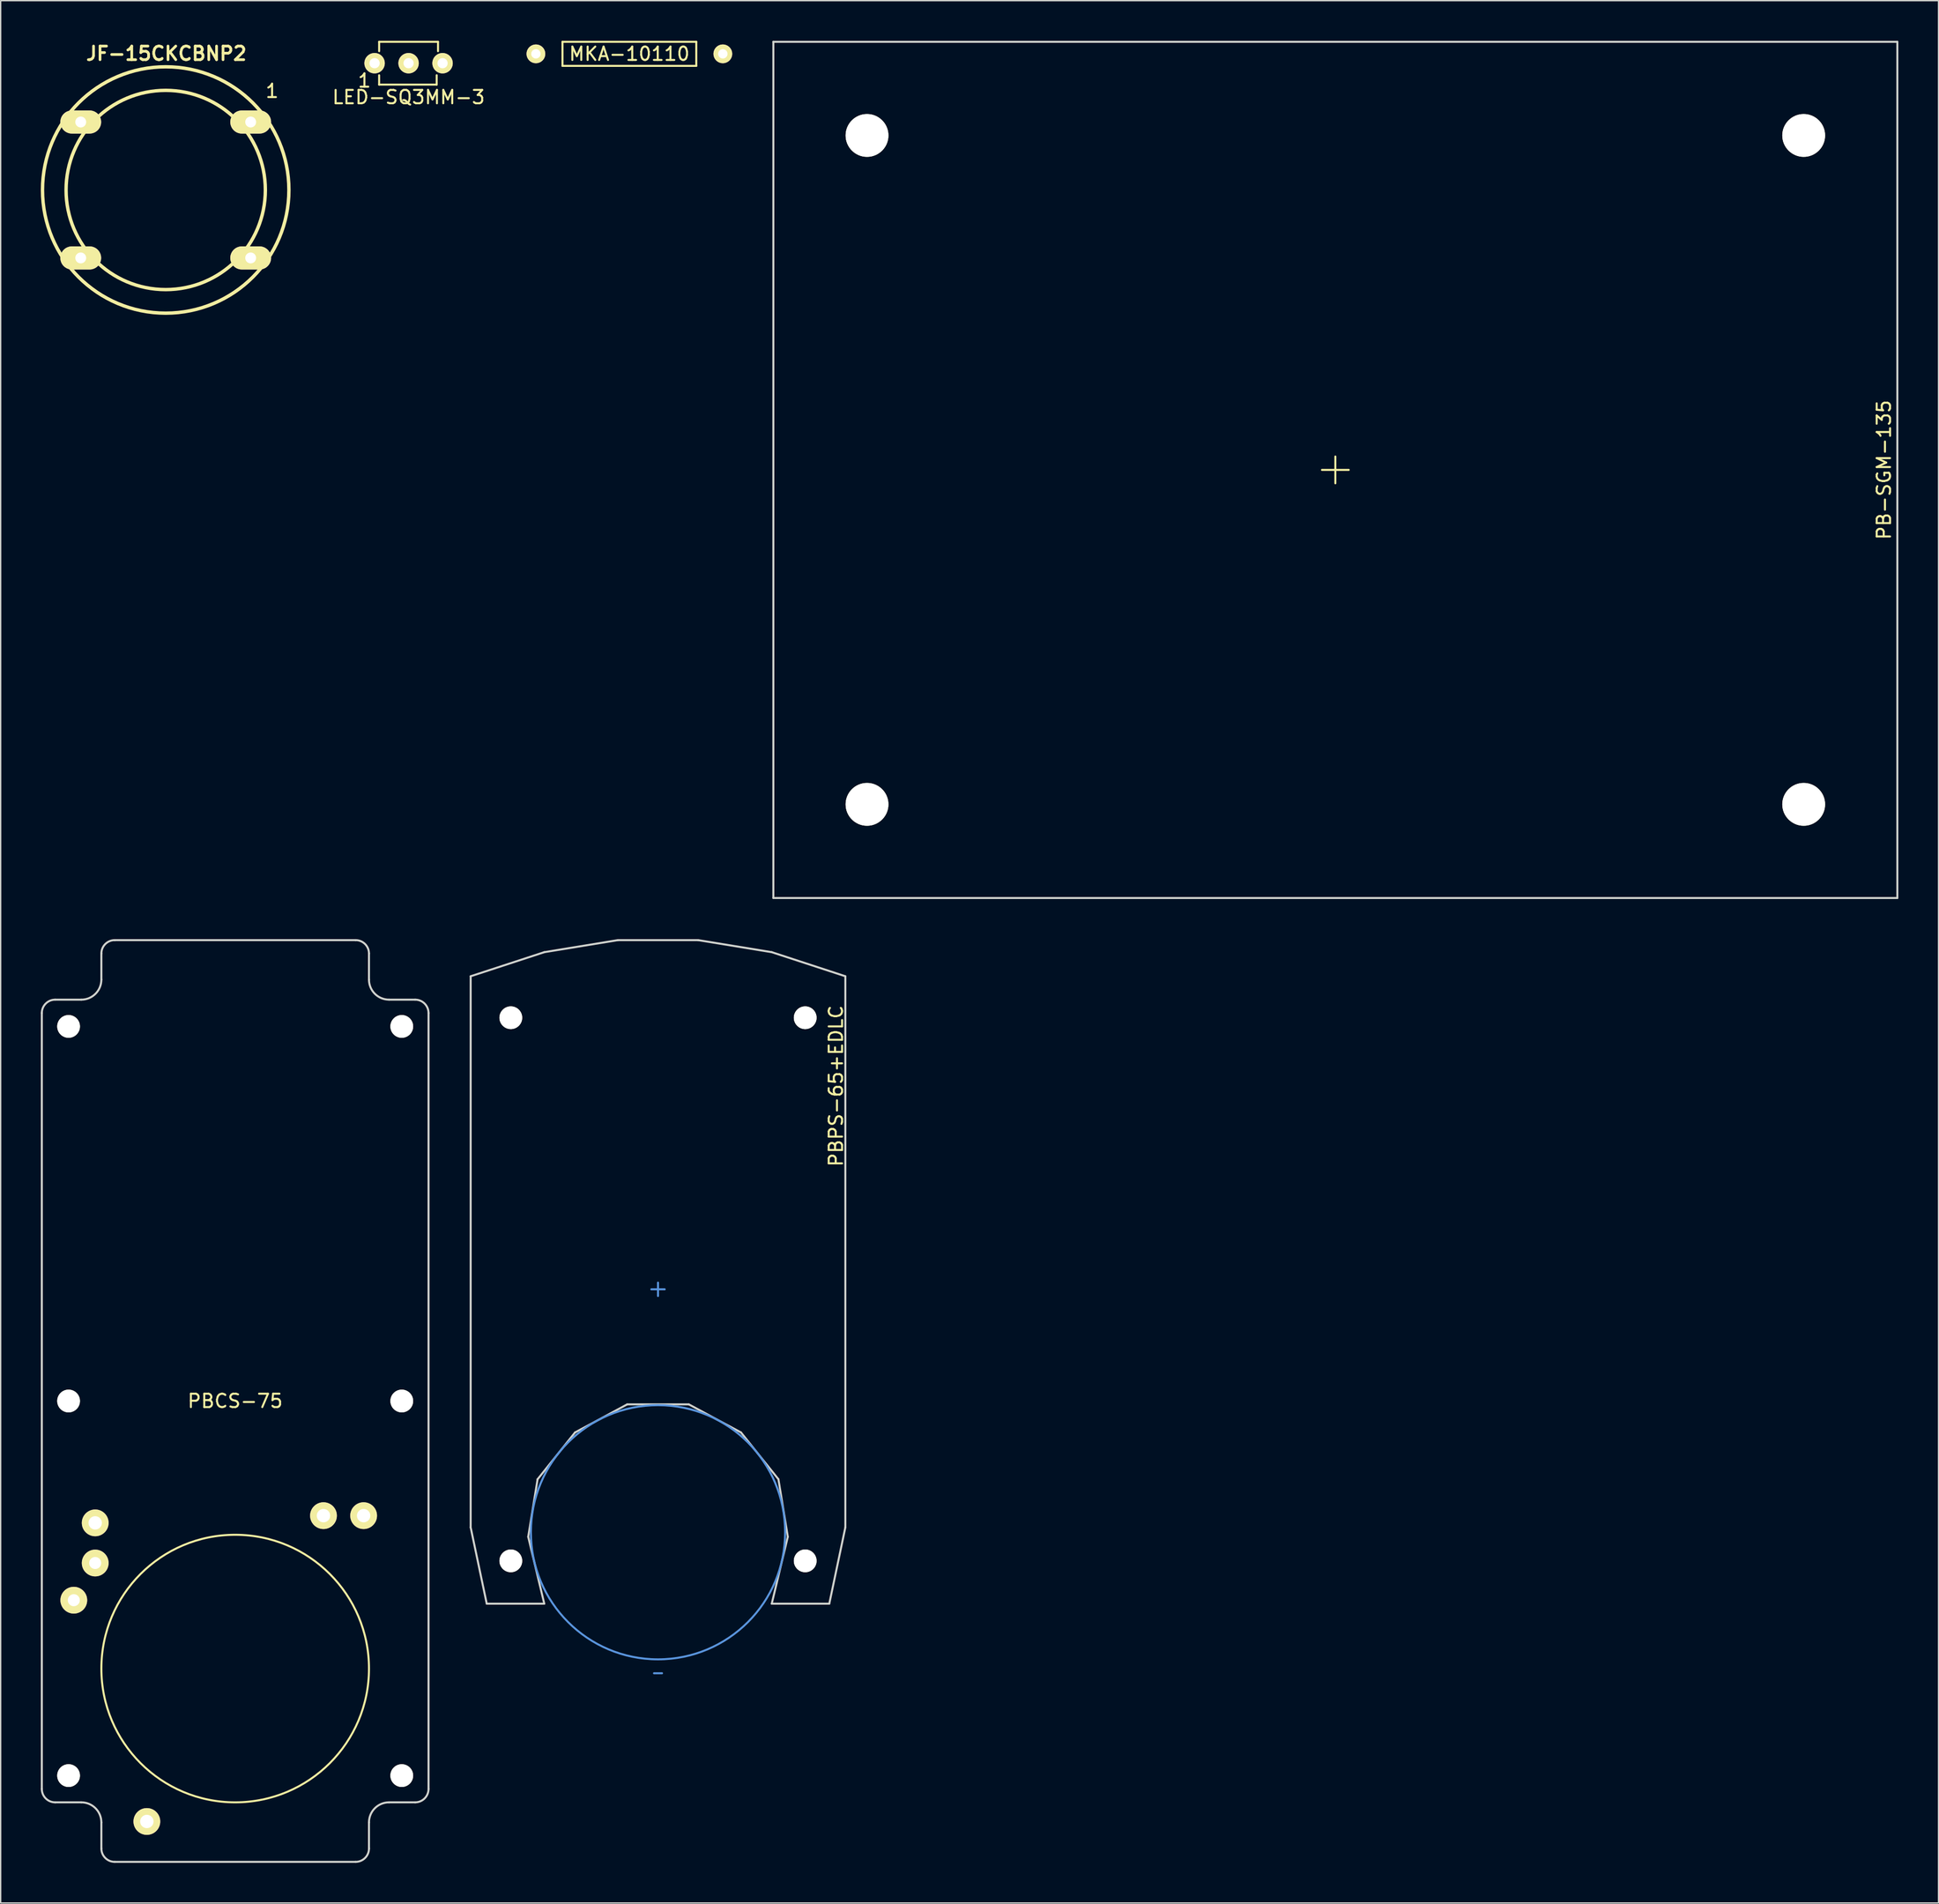
<source format=kicad_pcb>
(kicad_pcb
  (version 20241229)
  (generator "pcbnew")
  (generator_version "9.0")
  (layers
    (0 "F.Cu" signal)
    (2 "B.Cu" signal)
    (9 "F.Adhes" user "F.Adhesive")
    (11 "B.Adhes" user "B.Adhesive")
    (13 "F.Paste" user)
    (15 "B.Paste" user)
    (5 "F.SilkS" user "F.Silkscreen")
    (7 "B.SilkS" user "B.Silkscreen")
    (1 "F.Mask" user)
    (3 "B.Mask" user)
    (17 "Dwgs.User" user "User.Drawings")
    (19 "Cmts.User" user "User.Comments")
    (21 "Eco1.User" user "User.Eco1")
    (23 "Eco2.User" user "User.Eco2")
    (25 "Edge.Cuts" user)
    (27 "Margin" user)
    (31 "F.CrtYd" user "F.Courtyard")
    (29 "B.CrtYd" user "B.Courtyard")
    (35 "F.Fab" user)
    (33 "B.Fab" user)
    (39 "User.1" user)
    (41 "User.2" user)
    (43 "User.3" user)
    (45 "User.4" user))
  (footprint "PBPS-65+EDLC"
    (layer "F.Cu")
    (at 46.125 93.325)
    (property "Reference" "PBPS-65+EDLC" (at 13.3 -15.2 90) (layer "F.SilkS") (effects (font (size 1 1) (thickness 0.15))))
    (attr through_hole)
    (fp_line (start -0.5 0) (end 0.5 0) (stroke (width 0.15) (type solid)) (layer "Cmts.User"))
    (fp_line (start -0.3 28.7) (end 0.3 28.7) (stroke (width 0.15) (type solid)) (layer "Cmts.User"))
    (fp_line (start 0 -0.5) (end 0 0.5) (stroke (width 0.15) (type solid)) (layer "Cmts.User"))
    (fp_circle (center 0 18.161) (end 9.5 18.161) (stroke (width 0.15) (type solid)) (fill no) (layer "Cmts.User"))
    (fp_line (start -14 -23.4) (end -8.5 -25.2) (stroke (width 0.15) (type solid)) (layer "Edge.Cuts"))
    (fp_line (start -14 17.8) (end -14 -23.4) (stroke (width 0.15) (type solid)) (layer "Edge.Cuts"))
    (fp_line (start -12.8 23.5) (end -14 17.8) (stroke (width 0.15) (type solid)) (layer "Edge.Cuts"))
    (fp_line (start -9.7 18.5) (end -8.5 23.5) (stroke (width 0.15) (type solid)) (layer "Edge.Cuts"))
    (fp_line (start -9 14.2) (end -9.7 18.5) (stroke (width 0.15) (type solid)) (layer "Edge.Cuts"))
    (fp_line (start -8.5 -25.2) (end -3 -26.1) (stroke (width 0.15) (type solid)) (layer "Edge.Cuts"))
    (fp_line (start -8.5 23.5) (end -12.8 23.5) (stroke (width 0.15) (type solid)) (layer "Edge.Cuts"))
    (fp_line (start -6.2 10.7) (end -9 14.2) (stroke (width 0.15) (type solid)) (layer "Edge.Cuts"))
    (fp_line (start -3 -26.1) (end 3 -26.1) (stroke (width 0.15) (type solid)) (layer "Edge.Cuts"))
    (fp_line (start -2.3 8.6) (end -6.2 10.7) (stroke (width 0.15) (type solid)) (layer "Edge.Cuts"))
    (fp_line (start -2.3 8.6) (end 2.3 8.6) (stroke (width 0.15) (type solid)) (layer "Edge.Cuts"))
    (fp_line (start 2.3 8.6) (end 6.2 10.7) (stroke (width 0.15) (type solid)) (layer "Edge.Cuts"))
    (fp_line (start 3 -26.1) (end 8.5 -25.2) (stroke (width 0.15) (type solid)) (layer "Edge.Cuts"))
    (fp_line (start 6.2 10.7) (end 9 14.2) (stroke (width 0.15) (type solid)) (layer "Edge.Cuts"))
    (fp_line (start 8.5 -25.2) (end 14 -23.4) (stroke (width 0.15) (type solid)) (layer "Edge.Cuts"))
    (fp_line (start 9 14.2) (end 9.7 18.5) (stroke (width 0.15) (type solid)) (layer "Edge.Cuts"))
    (fp_line (start 9.7 18.5) (end 8.5 23.5) (stroke (width 0.15) (type solid)) (layer "Edge.Cuts"))
    (fp_line (start 12.8 23.5) (end 8.5 23.5) (stroke (width 0.15) (type solid)) (layer "Edge.Cuts"))
    (fp_line (start 14 -23.4) (end 14 17.8) (stroke (width 0.15) (type solid)) (layer "Edge.Cuts"))
    (fp_line (start 14 17.8) (end 12.8 23.5) (stroke (width 0.15) (type solid)) (layer "Edge.Cuts"))
    (pad "" np_thru_hole circle (at -11 -20.3) (size 1.7 1.7) (drill 1.7) (layers "*.Cu" "*.Mask" "F.SilkS"))
    (pad "" np_thru_hole circle (at -11 20.3) (size 1.7 1.7) (drill 1.7) (layers "*.Cu" "*.Mask" "F.SilkS"))
    (pad "" np_thru_hole circle (at 11 -20.3) (size 1.7 1.7) (drill 1.7) (layers "*.Cu" "*.Mask" "F.SilkS"))
    (pad "" np_thru_hole circle (at 11 20.3) (size 1.7 1.7) (drill 1.7) (layers "*.Cu" "*.Mask" "F.SilkS")))
  (footprint "LED-SQ3MM-3"
    (layer "F.Cu")
    (at 27.484 1.675)
    (property "Reference" "LED-SQ3MM-3" (at 0 2.54 0) (layer "F.SilkS") (effects (font (size 1 1) (thickness 0.15))))
    (attr through_hole)
    (fp_line (start -2.2 -1.6) (end 2.2 -1.6) (stroke (width 0.15) (type solid)) (layer "F.SilkS"))
    (fp_line (start -2.2 -0.9) (end -2.2 -1.6) (stroke (width 0.15) (type solid)) (layer "F.SilkS"))
    (fp_line (start -2.2 1.6) (end -2.2 0.9) (stroke (width 0.15) (type solid)) (layer "F.SilkS"))
    (fp_line (start 2.1 0.9) (end 2.1 1.6) (stroke (width 0.15) (type solid)) (layer "F.SilkS"))
    (fp_line (start 2.1 1.6) (end -2.2 1.6) (stroke (width 0.15) (type solid)) (layer "F.SilkS"))
    (fp_line (start 2.2 -1.6) (end 2.2 -0.9) (stroke (width 0.15) (type solid)) (layer "F.SilkS"))
    (fp_text user "1" (at -3.3 1.3 0) (layer "F.SilkS") (effects (font (size 1 1) (thickness 0.15))))
    (pad "1" thru_hole circle (at -2.54 0) (size 1.524 1.524) (drill 0.762) (layers "*.Cu" "*.Mask" "F.SilkS"))
    (pad "2" thru_hole circle (at 0 0) (size 1.524 1.524) (drill 0.762) (layers "*.Cu" "*.Mask" "F.SilkS"))
    (pad "3" thru_hole circle (at 2.54 0) (size 1.524 1.524) (drill 0.762) (layers "*.Cu" "*.Mask" "F.SilkS")))
  (footprint "PBCS-75"
    (layer "F.Cu")
    (at 14.525 101.675)
    (property "Reference" "PBCS-75" (at 0 0 0) (layer "F.SilkS") (effects (font (size 1 1) (thickness 0.15))))
    (attr through_hole)
    (fp_circle (center 0 20) (end 0 10) (stroke (width 0.15) (type solid)) (fill no) (layer "F.SilkS"))
    (fp_line (start -14.45 -29) (end -14.45 29) (stroke (width 0.15) (type solid)) (layer "Edge.Cuts"))
    (fp_line (start -13.45 -30) (end -11.5 -30) (stroke (width 0.15) (type solid)) (layer "Edge.Cuts"))
    (fp_line (start -13.45 30) (end -11.5 30) (stroke (width 0.15) (type solid)) (layer "Edge.Cuts"))
    (fp_line (start -10 -33.45) (end -10 -31.5) (stroke (width 0.15) (type solid)) (layer "Edge.Cuts"))
    (fp_line (start -10 31.5) (end -10 33.45) (stroke (width 0.15) (type solid)) (layer "Edge.Cuts"))
    (fp_line (start -9 -34.45) (end 9 -34.45) (stroke (width 0.15) (type solid)) (layer "Edge.Cuts"))
    (fp_line (start -9 34.45) (end 9 34.45) (stroke (width 0.15) (type solid)) (layer "Edge.Cuts"))
    (fp_line (start 10 -33.45) (end 10 -31.5) (stroke (width 0.15) (type solid)) (layer "Edge.Cuts"))
    (fp_line (start 10 31.5) (end 10 33.45) (stroke (width 0.15) (type solid)) (layer "Edge.Cuts"))
    (fp_line (start 11.5 -30) (end 13.45 -30) (stroke (width 0.15) (type solid)) (layer "Edge.Cuts"))
    (fp_line (start 11.5 30) (end 13.45 30) (stroke (width 0.15) (type solid)) (layer "Edge.Cuts"))
    (fp_line (start 14.45 -29) (end 14.45 29) (stroke (width 0.15) (type solid)) (layer "Edge.Cuts"))
    (fp_arc (start -14.45 -29) (mid -14.157107 -29.707107) (end -13.45 -30) (stroke (width 0.15) (type solid)) (layer "Edge.Cuts"))
    (fp_arc (start -13.45 30) (mid -14.157107 29.707107) (end -14.45 29) (stroke (width 0.15) (type solid)) (layer "Edge.Cuts"))
    (fp_arc (start -11.5 30) (mid -10.43934 30.43934) (end -10 31.5) (stroke (width 0.15) (type solid)) (layer "Edge.Cuts"))
    (fp_arc (start -10 -33.45) (mid -9.707107 -34.157107) (end -9 -34.45) (stroke (width 0.15) (type solid)) (layer "Edge.Cuts"))
    (fp_arc (start -10 -31.5) (mid -10.43934 -30.43934) (end -11.5 -30) (stroke (width 0.15) (type solid)) (layer "Edge.Cuts"))
    (fp_arc (start -9 34.45) (mid -9.707107 34.157107) (end -10 33.45) (stroke (width 0.15) (type solid)) (layer "Edge.Cuts"))
    (fp_arc (start 9 -34.45) (mid 9.707107 -34.157107) (end 10 -33.45) (stroke (width 0.15) (type solid)) (layer "Edge.Cuts"))
    (fp_arc (start 10 31.5) (mid 10.43934 30.43934) (end 11.5 30) (stroke (width 0.15) (type solid)) (layer "Edge.Cuts"))
    (fp_arc (start 10 33.45) (mid 9.707107 34.157107) (end 9 34.45) (stroke (width 0.15) (type solid)) (layer "Edge.Cuts"))
    (fp_arc (start 11.5 -30) (mid 10.43934 -30.43934) (end 10 -31.5) (stroke (width 0.15) (type solid)) (layer "Edge.Cuts"))
    (fp_arc (start 13.45 -30) (mid 14.157107 -29.707107) (end 14.45 -29) (stroke (width 0.15) (type solid)) (layer "Edge.Cuts"))
    (fp_arc (start 14.45 29) (mid 14.157107 29.707107) (end 13.45 30) (stroke (width 0.15) (type solid)) (layer "Edge.Cuts"))
    (pad "" np_thru_hole circle (at -12.45 -28) (size 1.7 1.7) (drill 1.7) (layers "*.Cu" "*.Mask" "F.SilkS"))
    (pad "" np_thru_hole circle (at -12.45 0) (size 1.7 1.7) (drill 1.7) (layers "*.Cu" "*.Mask" "F.SilkS"))
    (pad "" np_thru_hole circle (at -12.45 28) (size 1.7 1.7) (drill 1.7) (layers "*.Cu" "*.Mask" "F.SilkS"))
    (pad "" thru_hole circle (at -6.6 31.43) (size 2 2) (drill 1) (layers "*.Cu" "*.Mask" "F.SilkS"))
    (pad "" np_thru_hole circle (at 12.45 -28) (size 1.7 1.7) (drill 1.7) (layers "*.Cu" "*.Mask" "F.SilkS"))
    (pad "" np_thru_hole circle (at 12.45 0) (size 1.7 1.7) (drill 1.7) (layers "*.Cu" "*.Mask" "F.SilkS"))
    (pad "" np_thru_hole circle (at 12.45 28) (size 1.7 1.7) (drill 1.7) (layers "*.Cu" "*.Mask" "F.SilkS"))
    (pad "1" thru_hole circle (at -12.06 14.89) (size 2 2) (drill 0.9) (layers "*.Cu" "*.Mask" "F.SilkS"))
    (pad "1" thru_hole circle (at -10.46 9.11) (size 2 2) (drill 1) (layers "*.Cu" "*.Mask" "F.SilkS"))
    (pad "1" thru_hole circle (at -10.46 12.11) (size 2 2) (drill 0.9) (layers "*.Cu" "*.Mask" "F.SilkS"))
    (pad "2" thru_hole circle (at 6.6 8.57) (size 2 2) (drill 1) (layers "*.Cu" "*.Mask" "F.SilkS"))
    (pad "2" thru_hole circle (at 9.6 8.57) (size 2 2) (drill 1) (layers "*.Cu" "*.Mask" "F.SilkS")))
  (footprint "PB-SGM-135"
    (layer "F.Cu")
    (at 96.745 32.075)
    (property "Reference" "PB-SGM-135" (at 41 0 90) (layer "F.SilkS") (effects (font (size 1 1) (thickness 0.15))))
    (attr through_hole)
    (fp_line (start -1 0) (end 1 0) (stroke (width 0.15) (type solid)) (layer "F.SilkS"))
    (fp_line (start 0 -1) (end 0 1) (stroke (width 0.15) (type solid)) (layer "F.SilkS"))
    (fp_line (start -42 -32) (end -42 32) (stroke (width 0.15) (type solid)) (layer "Edge.Cuts"))
    (fp_line (start -42 32) (end 42 32) (stroke (width 0.15) (type solid)) (layer "Edge.Cuts"))
    (fp_line (start 42 -32) (end -42 -32) (stroke (width 0.15) (type solid)) (layer "Edge.Cuts"))
    (fp_line (start 42 32) (end 42 -32) (stroke (width 0.15) (type solid)) (layer "Edge.Cuts"))
    (pad "" np_thru_hole circle (at -35 -25) (size 3.2 3.2) (drill 3.2) (layers "*.Cu" "*.Mask" "F.SilkS"))
    (pad "" np_thru_hole circle (at -35 25) (size 3.2 3.2) (drill 3.2) (layers "*.Cu" "*.Mask" "F.SilkS"))
    (pad "" np_thru_hole circle (at 35 -25) (size 3.2 3.2) (drill 3.2) (layers "*.Cu" "*.Mask" "F.SilkS"))
    (pad "" np_thru_hole circle (at 35 25) (size 3.2 3.2) (drill 3.2) (layers "*.Cu" "*.Mask" "F.SilkS")))
  (footprint "MKA-10110"
    (layer "F.Cu")
    (at 43.985 0.975)
    (property "Reference" "MKA-10110" (at 0 0 0) (layer "F.SilkS") (effects (font (size 1 1) (thickness 0.15))))
    (attr through_hole)
    (fp_line (start -5 -0.9) (end 5 -0.9) (stroke (width 0.15) (type solid)) (layer "F.SilkS"))
    (fp_line (start -5 0.9) (end -5 -0.9) (stroke (width 0.15) (type solid)) (layer "F.SilkS"))
    (fp_line (start 5 -0.9) (end 5 0.9) (stroke (width 0.15) (type solid)) (layer "F.SilkS"))
    (fp_line (start 5 0.9) (end -5 0.9) (stroke (width 0.15) (type solid)) (layer "F.SilkS"))
    (pad "1" thru_hole circle (at -6.985 0) (size 1.4 1.4) (drill 0.7) (layers "*.Cu" "*.Mask" "F.SilkS"))
    (pad "2" thru_hole circle (at 6.985 0) (size 1.4 1.4) (drill 0.7) (layers "*.Cu" "*.Mask" "F.SilkS")))
  (footprint "JF-15CKCBNP2"
    (placed yes)
    (layer "F.Cu")
    (at 9.334 11.151)
    (property "Reference" "JF-15CKCBNP2" (at 0.05 -10.2 0) (layer "F.SilkS") (effects (font (size 1.016 1.016) (thickness 0.203))))
    (attr through_hole)
    (fp_circle (center 0 0) (end 7 2.54) (stroke (width 0.254) (type solid)) (fill no) (layer "F.SilkS"))
    (fp_circle (center 0 0) (end 8.85 2.54) (stroke (width 0.254) (type solid)) (fill no) (layer "F.SilkS"))
    (fp_text user "1" (at 7.95 -7.4 0) (layer "F.SilkS") (effects (font (size 1 1) (thickness 0.15))))
    (pad "1" thru_hole oval (at -6.35 -5.08) (size 3.048 1.727) (drill 0.813) (layers "*.Cu" "*.Mask" "F.SilkS"))
    (pad "1" thru_hole oval (at 6.35 -5.08) (size 3.048 1.727) (drill 0.813) (layers "*.Cu" "*.Mask" "F.SilkS"))
    (pad "2" thru_hole oval (at -6.35 5.08) (size 3.048 1.727) (drill 0.813) (layers "*.Cu" "*.Mask" "F.SilkS"))
    (pad "2" thru_hole oval (at 6.35 5.08) (size 3.048 1.727) (drill 0.813) (layers "*.Cu" "*.Mask" "F.SilkS")))
  (gr_rect
    (start -3 -3)
    (end 141.82 139.2)
    (stroke (width 0.1) (type default))
    (fill no)
    (layer "Edge.Cuts")))
</source>
